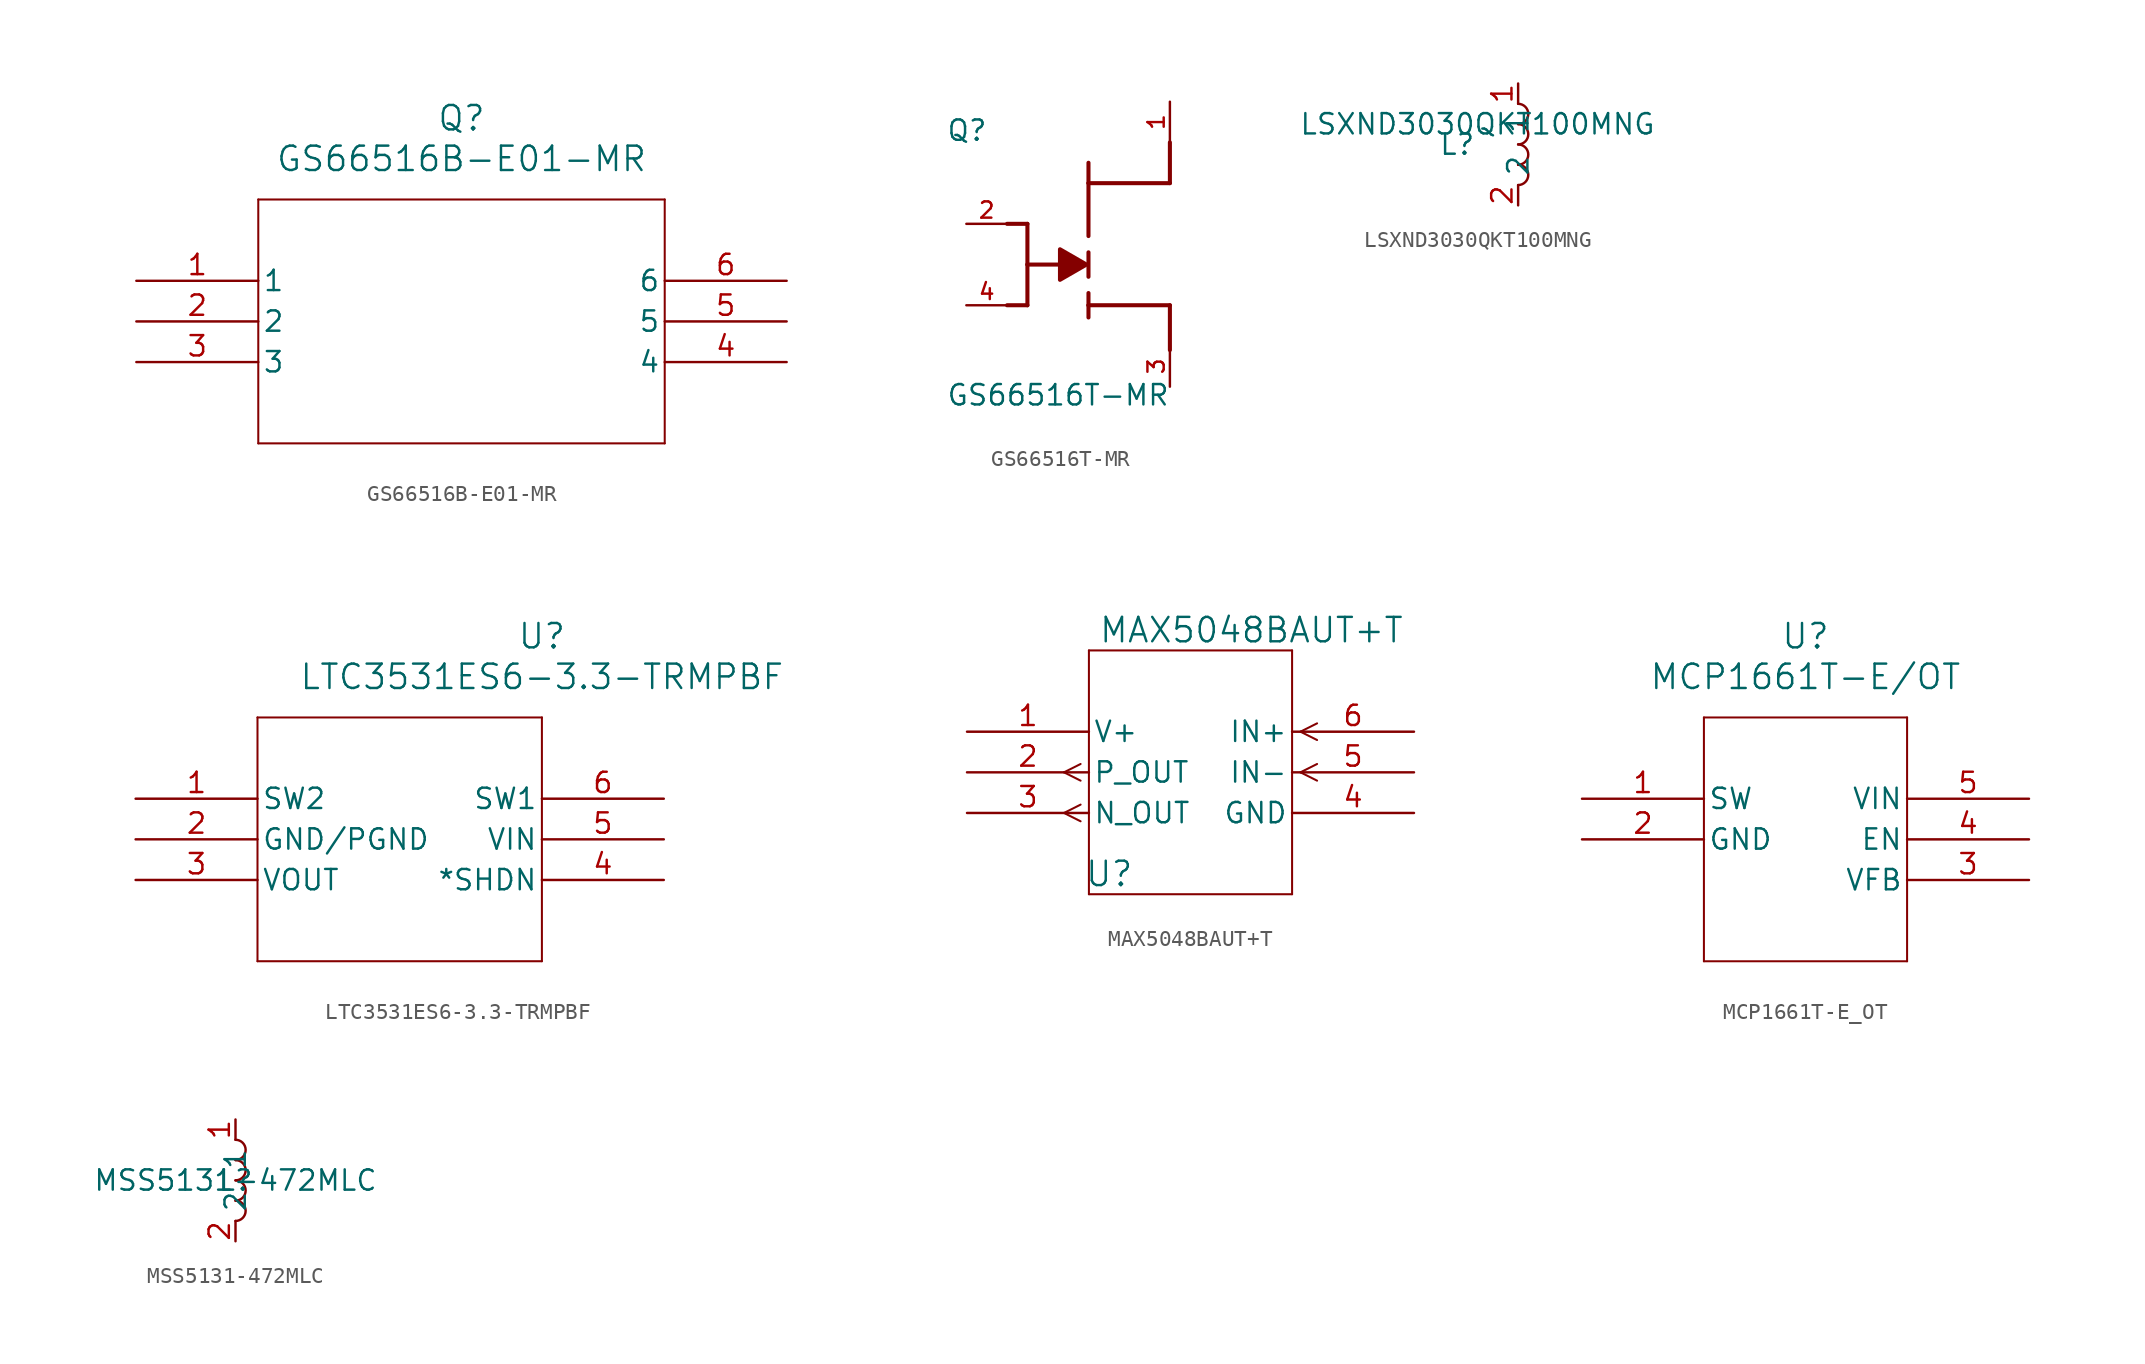
<source format=kicad_sym>
(kicad_symbol_lib
  (version 20220914)
  (generator kicad_symbol_editor)
  (symbol "GS66516B-E01-MR"
    (pin_names
      (offset 0.254))
    (property "Reference" "Q"
      (at 20.32 10.16 0)
      (effects (font (size 1.524 1.524))))
    (property "Value" "GS66516B-E01-MR"
      (at 20.32 7.62 0)
      (effects (font (size 1.524 1.524))))
    (property "ki_locked" ""
      (at 0 0 0)
      (effects (font (size 1.27 1.27))))
    (symbol "GS66516B-E01-MR_0_1"
      (polyline (pts (xy 7.62 -10.16) (xy 33.02 -10.16)) (stroke (width 0.127) (type default)) (fill (type none)))
      (polyline (pts (xy 7.62 5.08) (xy 7.62 -10.16)) (stroke (width 0.127) (type default)) (fill (type none)))
      (polyline (pts (xy 33.02 -10.16) (xy 33.02 5.08)) (stroke (width 0.127) (type default)) (fill (type none)))
      (polyline (pts (xy 33.02 5.08) (xy 7.62 5.08)) (stroke (width 0.127) (type default)) (fill (type none)))
      (pin unspecified line (at 0 0 0) (length 7.62) (name "1" (effects (font (size 1.27 1.27)))) (number "1" (effects (font (size 1.27 1.27)))))
      (pin unspecified line (at 0 -2.54 0) (length 7.62) (name "2" (effects (font (size 1.27 1.27)))) (number "2" (effects (font (size 1.27 1.27)))))
      (pin unspecified line (at 0 -5.08 0) (length 7.62) (name "3" (effects (font (size 1.27 1.27)))) (number "3" (effects (font (size 1.27 1.27)))))
      (pin unspecified line (at 40.64 -5.08 180) (length 7.62) (name "4" (effects (font (size 1.27 1.27)))) (number "4" (effects (font (size 1.27 1.27)))))
      (pin unspecified line (at 40.64 -2.54 180) (length 7.62) (name "5" (effects (font (size 1.27 1.27)))) (number "5" (effects (font (size 1.27 1.27)))))
      (pin unspecified line (at 40.64 0 180) (length 7.62) (name "6" (effects (font (size 1.27 1.27)))) (number "6" (effects (font (size 1.27 1.27)))))))
  (symbol "GS66516T-MR"
    (pin_names
      (offset 1.016))
    (property "Reference" "Q"
      (at -8.89 7.62 0)
      (effects (font (size 1.27 1.27)) (justify left bottom)))
    (property "Value" "GS66516T-MR"
      (at -8.89 -8.89 0)
      (effects (font (size 1.27 1.27)) (justify left bottom)))
    (symbol "GS66516T-MR_0_0"
      (polyline (pts (xy -3.81 -2.54) (xy -5.08 -2.54)) (stroke (width 0.254) (type default)) (fill (type none)))
      (polyline (pts (xy -3.81 0) (xy -3.81 -2.54)) (stroke (width 0.254) (type default)) (fill (type none)))
      (polyline (pts (xy -3.81 0) (xy -3.81 2.54)) (stroke (width 0.254) (type default)) (fill (type none)))
      (polyline (pts (xy -3.81 2.54) (xy -5.08 2.54)) (stroke (width 0.254) (type default)) (fill (type none)))
      (polyline (pts (xy -0.635 0) (xy -3.81 0)) (stroke (width 0.254) (type default)) (fill (type none)))
      (polyline (pts (xy 0 -2.54) (xy 0 -3.302)) (stroke (width 0.254) (type default)) (fill (type none)))
      (polyline (pts (xy 0 -2.54) (xy 5.08 -2.54)) (stroke (width 0.254) (type default)) (fill (type none)))
      (polyline (pts (xy 0 -1.778) (xy 0 -2.54)) (stroke (width 0.254) (type default)) (fill (type none)))
      (polyline (pts (xy 0 -0.762) (xy 0 0.762)) (stroke (width 0.254) (type default)) (fill (type none)))
      (polyline (pts (xy 0 1.778) (xy 0 5.08)) (stroke (width 0.254) (type default)) (fill (type none)))
      (polyline (pts (xy 0 5.08) (xy 0 6.35)) (stroke (width 0.254) (type default)) (fill (type none)))
      (polyline (pts (xy 0 5.08) (xy 5.08 5.08)) (stroke (width 0.254) (type default)) (fill (type none)))
      (polyline (pts (xy 5.08 -2.54) (xy 5.08 -5.334)) (stroke (width 0.254) (type default)) (fill (type none)))
      (polyline (pts (xy 5.08 5.08) (xy 5.08 7.62)) (stroke (width 0.254) (type default)) (fill (type none)))
      (polyline (pts (xy -0.127 0) (xy -1.778 0.953) (xy -1.778 -0.953) (xy -0.127 0)) (stroke (width 0.254) (type default)) (fill (type outline)))
      (pin passive line (at 5.08 10.16 270) (length 2.54) (name "~" (effects (font (size 1.016 1.016)))) (number "1" (effects (font (size 1.016 1.016)))))
      (pin passive line (at -7.62 2.54 0) (length 2.54) (name "~" (effects (font (size 1.016 1.016)))) (number "2" (effects (font (size 1.016 1.016)))))
      (pin passive line (at 5.08 -7.62 90) (length 2.54) (name "~" (effects (font (size 1.016 1.016)))) (number "3" (effects (font (size 1.016 1.016)))))
      (pin passive line (at -7.62 -2.54 0) (length 2.54) (name "~" (effects (font (size 1.016 1.016)))) (number "4" (effects (font (size 1.016 1.016)))))))
  (symbol "LSXND3030QKT100MNG"
    (property "Reference" "L"
      (at -3.81 0 0)
      (effects (font (size 1.27 1.27))))
    (property "Value" "LSXND3030QKT100MNG"
      (at -2.54 1.27 0)
      (effects (font (size 1.27 1.27))))
    (symbol "LSXND3030QKT100MNG_0_1"
      (arc (start 0 -2.54) (mid 0.6323 -1.905) (end 0 -1.27) (stroke (width 0) (type default)) (fill (type none)))
      (arc (start 0 -1.27) (mid 0.6323 -0.635) (end 0 0) (stroke (width 0) (type default)) (fill (type none)))
      (arc (start 0 0) (mid 0.6323 0.635) (end 0 1.27) (stroke (width 0) (type default)) (fill (type none)))
      (arc (start 0 1.27) (mid 0.6323 1.905) (end 0 2.54) (stroke (width 0) (type default)) (fill (type none))))
    (symbol "LSXND3030QKT100MNG_1_1"
      (pin passive line (at 0 3.81 270) (length 1.27) (name "1" (effects (font (size 1.27 1.27)))) (number "1" (effects (font (size 1.27 1.27)))))
      (pin passive line (at 0 -3.81 90) (length 1.27) (name "2" (effects (font (size 1.27 1.27)))) (number "2" (effects (font (size 1.27 1.27)))))))
  (symbol "LTC3531ES6-3.3-TRMPBF"
    (pin_names
      (offset 0.254))
    (property "Reference" "U"
      (at 8.89 11.43 0)
      (effects (font (size 1.524 1.524))))
    (property "Value" "LTC3531ES6-3.3-TRMPBF"
      (at 8.89 8.89 0)
      (effects (font (size 1.524 1.524))))
    (symbol "LTC3531ES6-3.3-TRMPBF_0_1"
      (polyline (pts (xy -8.89 -8.89) (xy 8.89 -8.89)) (stroke (width 0.127) (type default)) (fill (type none)))
      (polyline (pts (xy -8.89 6.35) (xy -8.89 -8.89)) (stroke (width 0.127) (type default)) (fill (type none)))
      (polyline (pts (xy 8.89 -8.89) (xy 8.89 6.35)) (stroke (width 0.127) (type default)) (fill (type none)))
      (polyline (pts (xy 8.89 6.35) (xy -8.89 6.35)) (stroke (width 0.127) (type default)) (fill (type none)))
      (pin unspecified line (at -16.51 1.27 0) (length 7.62) (name "SW2" (effects (font (size 1.27 1.27)))) (number "1" (effects (font (size 1.27 1.27)))))
      (pin power_in line (at -16.51 -1.27 0) (length 7.62) (name "GND/PGND" (effects (font (size 1.27 1.27)))) (number "2" (effects (font (size 1.27 1.27)))))
      (pin output line (at -16.51 -3.81 0) (length 7.62) (name "VOUT" (effects (font (size 1.27 1.27)))) (number "3" (effects (font (size 1.27 1.27)))))
      (pin unspecified line (at 16.51 -3.81 180) (length 7.62) (name "*SHDN" (effects (font (size 1.27 1.27)))) (number "4" (effects (font (size 1.27 1.27)))))
      (pin input line (at 16.51 -1.27 180) (length 7.62) (name "VIN" (effects (font (size 1.27 1.27)))) (number "5" (effects (font (size 1.27 1.27)))))
      (pin unspecified line (at 16.51 1.27 180) (length 7.62) (name "SW1" (effects (font (size 1.27 1.27)))) (number "6" (effects (font (size 1.27 1.27)))))))
  (symbol "MAX5048BAUT+T"
    (pin_names
      (offset 0.254))
    (property "Reference" "U"
      (at -5.08 -6.35 0)
      (effects (font (size 1.524 1.524))))
    (property "Value" "MAX5048BAUT+T"
      (at 3.81 8.89 0)
      (effects (font (size 1.524 1.524))))
    (property "ki_locked" ""
      (at 0 0 0)
      (effects (font (size 1.27 1.27))))
    (symbol "MAX5048BAUT+T_0_1"
      (polyline (pts (xy -6.871 -3.061) (xy -7.912 -2.54)) (stroke (width 0.127) (type default)) (fill (type none)))
      (polyline (pts (xy -6.871 -2.019) (xy -7.912 -2.54)) (stroke (width 0.127) (type default)) (fill (type none)))
      (polyline (pts (xy -6.871 -0.521) (xy -7.912 0)) (stroke (width 0.127) (type default)) (fill (type none)))
      (polyline (pts (xy -6.871 0.521) (xy -7.912 0)) (stroke (width 0.127) (type default)) (fill (type none)))
      (polyline (pts (xy -6.35 -7.62) (xy 6.35 -7.62)) (stroke (width 0.127) (type default)) (fill (type none)))
      (polyline (pts (xy -6.35 7.62) (xy -6.35 -7.62)) (stroke (width 0.127) (type default)) (fill (type none)))
      (polyline (pts (xy 6.35 -7.62) (xy 6.35 7.62)) (stroke (width 0.127) (type default)) (fill (type none)))
      (polyline (pts (xy 6.35 7.62) (xy -6.35 7.62)) (stroke (width 0.127) (type default)) (fill (type none)))
      (polyline (pts (xy 6.871 0) (xy 7.912 -0.521)) (stroke (width 0.127) (type default)) (fill (type none)))
      (polyline (pts (xy 6.871 0) (xy 7.912 0.521)) (stroke (width 0.127) (type default)) (fill (type none)))
      (polyline (pts (xy 6.871 2.54) (xy 7.912 2.019)) (stroke (width 0.127) (type default)) (fill (type none)))
      (polyline (pts (xy 6.871 2.54) (xy 7.912 3.061)) (stroke (width 0.127) (type default)) (fill (type none)))
      (pin power_in line (at -13.97 2.54 0) (length 7.62) (name "V+" (effects (font (size 1.27 1.27)))) (number "1" (effects (font (size 1.27 1.27)))))
      (pin output line (at -13.97 0 0) (length 7.62) (name "P_OUT" (effects (font (size 1.27 1.27)))) (number "2" (effects (font (size 1.27 1.27)))))
      (pin output line (at -13.97 -2.54 0) (length 7.62) (name "N_OUT" (effects (font (size 1.27 1.27)))) (number "3" (effects (font (size 1.27 1.27)))))
      (pin power_in line (at 13.97 -2.54 180) (length 7.62) (name "GND" (effects (font (size 1.27 1.27)))) (number "4" (effects (font (size 1.27 1.27)))))
      (pin input line (at 13.97 0 180) (length 7.62) (name "IN-" (effects (font (size 1.27 1.27)))) (number "5" (effects (font (size 1.27 1.27)))))
      (pin input line (at 13.97 2.54 180) (length 7.62) (name "IN+" (effects (font (size 1.27 1.27)))) (number "6" (effects (font (size 1.27 1.27)))))))
  (symbol "MCP1661T-E_OT"
    (pin_names
      (offset 0.254))
    (property "Reference" "U"
      (at 0 12.7 0)
      (effects (font (size 1.524 1.524))))
    (property "Value" "MCP1661T-E/OT"
      (at 0 10.16 0)
      (effects (font (size 1.524 1.524))))
    (property "ki_locked" ""
      (at 0 0 0)
      (effects (font (size 1.27 1.27))))
    (symbol "MCP1661T-E_OT_0_1"
      (polyline (pts (xy -6.35 -7.62) (xy 6.35 -7.62)) (stroke (width 0.127) (type default)) (fill (type none)))
      (polyline (pts (xy -6.35 7.62) (xy -6.35 -7.62)) (stroke (width 0.127) (type default)) (fill (type none)))
      (polyline (pts (xy 6.35 -7.62) (xy 6.35 7.62)) (stroke (width 0.127) (type default)) (fill (type none)))
      (polyline (pts (xy 6.35 7.62) (xy -6.35 7.62)) (stroke (width 0.127) (type default)) (fill (type none)))
      (pin output line (at -13.97 2.54 0) (length 7.62) (name "SW" (effects (font (size 1.27 1.27)))) (number "1" (effects (font (size 1.27 1.27)))))
      (pin power_out line (at -13.97 0 0) (length 7.62) (name "GND" (effects (font (size 1.27 1.27)))) (number "2" (effects (font (size 1.27 1.27)))))
      (pin unspecified line (at 13.97 -2.54 180) (length 7.62) (name "VFB" (effects (font (size 1.27 1.27)))) (number "3" (effects (font (size 1.27 1.27)))))
      (pin input line (at 13.97 0 180) (length 7.62) (name "EN" (effects (font (size 1.27 1.27)))) (number "4" (effects (font (size 1.27 1.27)))))
      (pin power_in line (at 13.97 2.54 180) (length 7.62) (name "VIN" (effects (font (size 1.27 1.27)))) (number "5" (effects (font (size 1.27 1.27)))))))
  (symbol "MSS5131-472MLC"
    (property "Reference" "L"
      (at 0 0 0)
      (effects (font (size 1.27 1.27))))
    (property "Value" "MSS5131-472MLC"
      (at 0 0 0)
      (effects (font (size 1.27 1.27))))
    (symbol "MSS5131-472MLC_0_1"
      (arc (start 0 -2.54) (mid 0.6323 -1.905) (end 0 -1.27) (stroke (width 0) (type default)) (fill (type none)))
      (arc (start 0 -1.27) (mid 0.6323 -0.635) (end 0 0) (stroke (width 0) (type default)) (fill (type none)))
      (arc (start 0 0) (mid 0.6323 0.635) (end 0 1.27) (stroke (width 0) (type default)) (fill (type none)))
      (arc (start 0 1.27) (mid 0.6323 1.905) (end 0 2.54) (stroke (width 0) (type default)) (fill (type none))))
    (symbol "MSS5131-472MLC_1_1"
      (pin passive line (at 0 3.81 270) (length 1.27) (name "1" (effects (font (size 1.27 1.27)))) (number "1" (effects (font (size 1.27 1.27)))))
      (pin passive line (at 0 -3.81 90) (length 1.27) (name "2" (effects (font (size 1.27 1.27)))) (number "2" (effects (font (size 1.27 1.27))))))))
</source>
